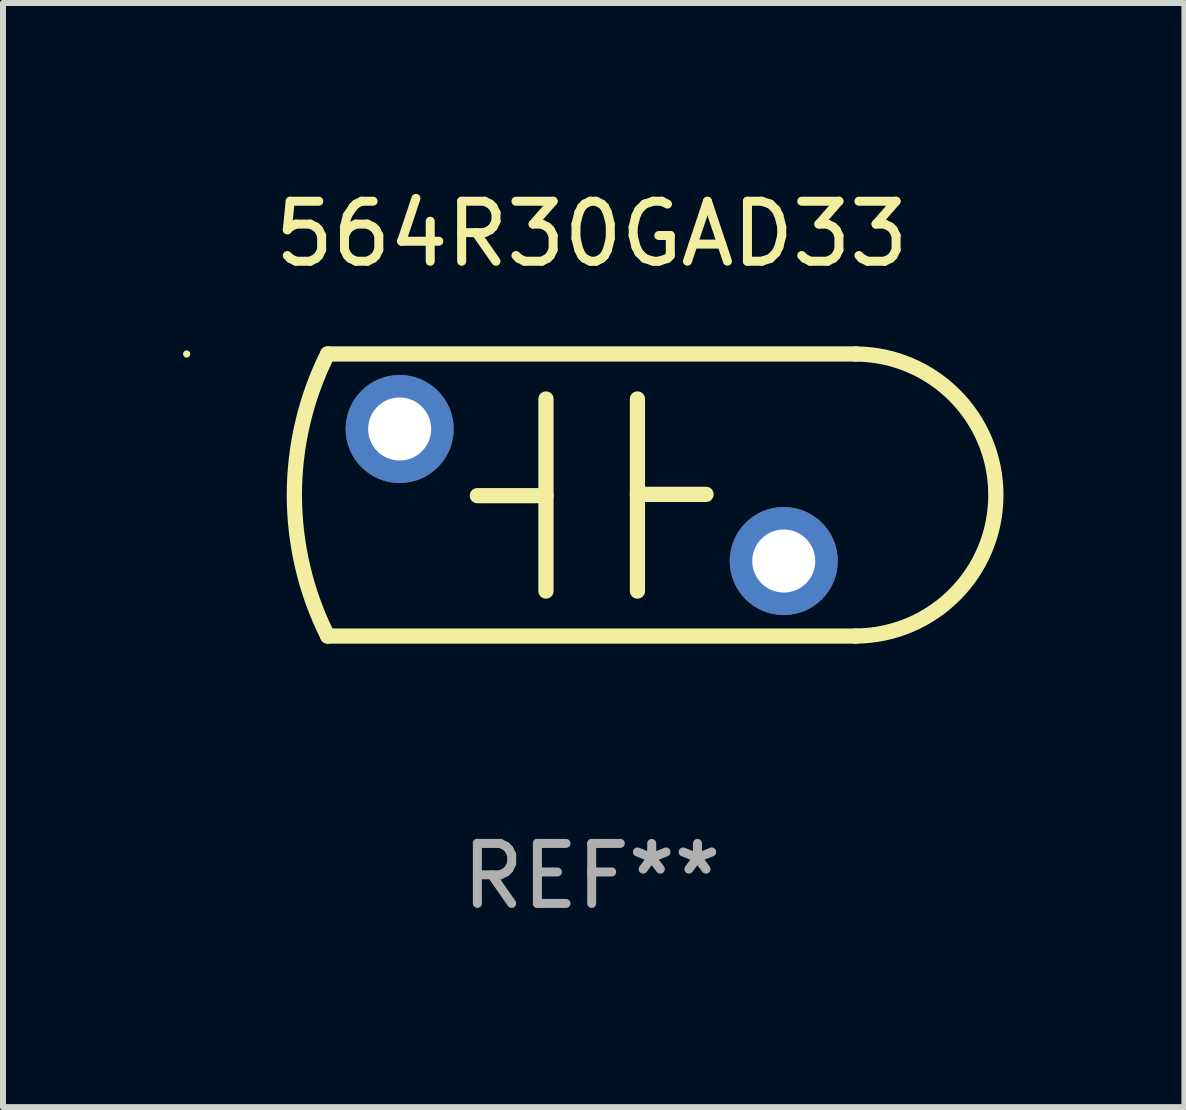
<source format=kicad_pcb>
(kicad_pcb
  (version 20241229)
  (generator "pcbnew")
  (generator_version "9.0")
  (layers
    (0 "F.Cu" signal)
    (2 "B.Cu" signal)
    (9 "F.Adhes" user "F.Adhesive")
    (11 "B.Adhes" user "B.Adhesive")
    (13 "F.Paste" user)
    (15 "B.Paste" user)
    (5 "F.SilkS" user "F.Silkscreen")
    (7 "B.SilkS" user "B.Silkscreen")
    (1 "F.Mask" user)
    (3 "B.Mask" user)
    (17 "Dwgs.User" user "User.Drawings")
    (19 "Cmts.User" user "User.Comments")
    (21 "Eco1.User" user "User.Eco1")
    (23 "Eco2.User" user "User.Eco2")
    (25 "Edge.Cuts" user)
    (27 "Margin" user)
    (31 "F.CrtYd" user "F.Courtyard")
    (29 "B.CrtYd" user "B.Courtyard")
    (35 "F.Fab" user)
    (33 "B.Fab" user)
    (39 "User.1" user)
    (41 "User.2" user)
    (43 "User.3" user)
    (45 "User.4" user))
  (footprint "564R30GAD33"
    (layer "F.Cu")
    (at 6.809 5.198)
    (property "Reference" "564R30GAD33" (at 0 -4.35 0) (layer "F.SilkS") (effects (font (size 1 1) (thickness 0.15))))
    (attr through_hole)
    (fp_line (start -4.4 -2.35) (end 4.4 -2.35) (stroke (width 0.254) (type solid)) (layer "F.SilkS"))
    (fp_line (start -0.762 -1.6) (end -0.762 1.6) (stroke (width 0.254) (type solid)) (layer "F.SilkS"))
    (fp_line (start -0.762 0.011) (end -1.905 0.011) (stroke (width 0.254) (type solid)) (layer "F.SilkS"))
    (fp_line (start 0.762 -0.011) (end 1.905 -0.011) (stroke (width 0.254) (type solid)) (layer "F.SilkS"))
    (fp_line (start 0.762 1.6) (end 0.762 -1.6) (stroke (width 0.254) (type solid)) (layer "F.SilkS"))
    (fp_line (start 4.4 2.35) (end -4.4 2.35) (stroke (width 0.254) (type solid)) (layer "F.SilkS"))
    (fp_arc (start -4.399289 2.349505) (mid -4.954235 -0.00017) (end -4.4 -2.350013) (stroke (width 0.254001) (type solid)) (layer "F.SilkS"))
    (fp_arc (start 4.399289 -2.349505) (mid 6.749048 -0.000101) (end 4.4 2.350013) (stroke (width 0.254001) (type solid)) (layer "F.SilkS"))
    (fp_circle (center -6.749 -2.35) (end -6.719 -2.35) (stroke (width 0.06) (type solid)) (fill no) (layer "F.SilkS"))
    (fp_text user "REF**" (at 0 6.35 0) (layer "F.Fab") (effects (font (size 1 1) (thickness 0.15))))
    (pad "1" thru_hole circle (at -3.2 -1.1) (size 1.8 1.8) (drill 1.05) (layers "*.Cu" "*.Mask"))
    (pad "2" thru_hole circle (at 3.2 1.1) (size 1.8 1.8) (drill 1.05) (layers "*.Cu" "*.Mask")))
  (gr_rect
    (start -3 -3)
    (end 16.685 15.397)
    (stroke (width 0.1) (type default))
    (fill no)
    (layer "Edge.Cuts")))
</source>
